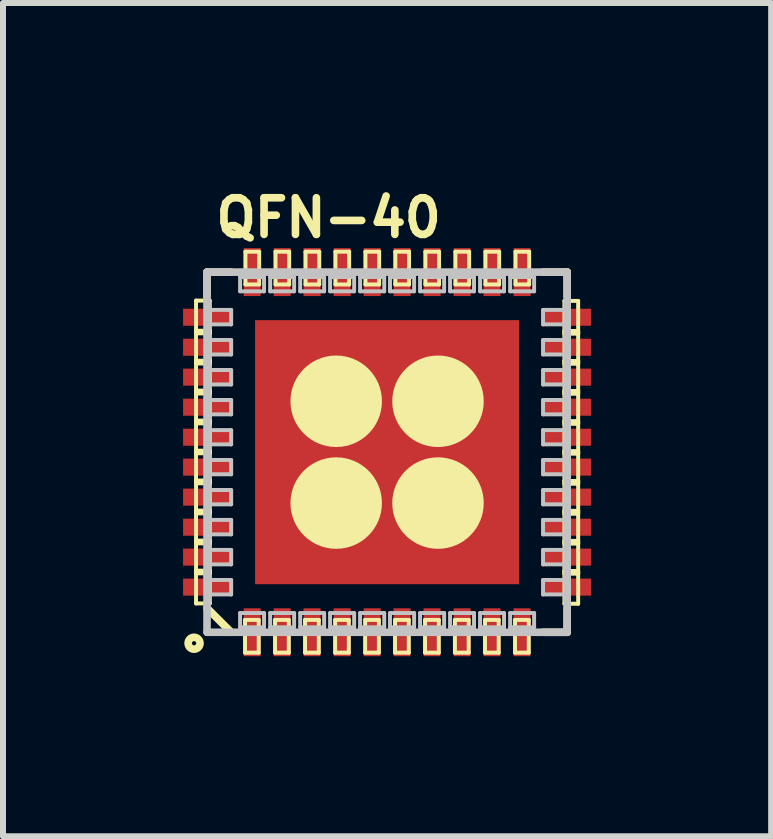
<source format=kicad_pcb>
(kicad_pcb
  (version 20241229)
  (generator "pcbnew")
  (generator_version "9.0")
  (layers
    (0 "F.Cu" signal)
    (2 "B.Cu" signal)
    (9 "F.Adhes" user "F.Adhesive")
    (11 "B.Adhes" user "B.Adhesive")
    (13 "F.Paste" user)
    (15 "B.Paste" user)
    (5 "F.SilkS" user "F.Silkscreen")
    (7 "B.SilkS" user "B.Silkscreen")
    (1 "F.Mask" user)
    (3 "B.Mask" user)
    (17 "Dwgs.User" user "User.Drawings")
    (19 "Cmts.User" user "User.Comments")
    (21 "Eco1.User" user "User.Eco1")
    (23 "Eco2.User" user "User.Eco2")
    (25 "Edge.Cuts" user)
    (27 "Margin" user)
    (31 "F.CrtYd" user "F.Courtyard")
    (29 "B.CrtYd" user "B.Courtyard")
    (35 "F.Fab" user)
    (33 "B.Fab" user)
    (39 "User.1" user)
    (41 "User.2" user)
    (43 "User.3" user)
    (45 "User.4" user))
  (footprint "QFN-40"
    (layer "F.Cu")
    (at 3.399 4.483)
    (property "Reference" "QFN-40" (at -0.975 -3.904 0) (layer "F.SilkS") (effects (font (size 0.61 0.61) (thickness 0.127))))
    (attr smd)
    (fp_line (start -3.183 -2.525) (end -2.954 -2.525) (stroke (width 0.066) (type solid)) (layer "F.SilkS"))
    (fp_line (start -3.183 -2.024) (end -2.954 -2.024) (stroke (width 0.066) (type solid)) (layer "F.SilkS"))
    (fp_line (start -3.183 -1.979) (end -3.183 -2.525) (stroke (width 0.066) (type solid)) (layer "F.SilkS"))
    (fp_line (start -3.183 -1.979) (end -2.954 -1.979) (stroke (width 0.066) (type solid)) (layer "F.SilkS"))
    (fp_line (start -3.183 -1.524) (end -2.954 -1.524) (stroke (width 0.066) (type solid)) (layer "F.SilkS"))
    (fp_line (start -3.183 -1.478) (end -3.183 -2.024) (stroke (width 0.066) (type solid)) (layer "F.SilkS"))
    (fp_line (start -3.183 -1.478) (end -2.954 -1.478) (stroke (width 0.066) (type solid)) (layer "F.SilkS"))
    (fp_line (start -3.183 -1.026) (end -2.954 -1.026) (stroke (width 0.066) (type solid)) (layer "F.SilkS"))
    (fp_line (start -3.183 -0.978) (end -3.183 -1.524) (stroke (width 0.066) (type solid)) (layer "F.SilkS"))
    (fp_line (start -3.183 -0.978) (end -2.954 -0.978) (stroke (width 0.066) (type solid)) (layer "F.SilkS"))
    (fp_line (start -3.183 -0.526) (end -2.954 -0.526) (stroke (width 0.066) (type solid)) (layer "F.SilkS"))
    (fp_line (start -3.183 -0.48) (end -3.183 -1.026) (stroke (width 0.066) (type solid)) (layer "F.SilkS"))
    (fp_line (start -3.183 -0.48) (end -2.954 -0.48) (stroke (width 0.066) (type solid)) (layer "F.SilkS"))
    (fp_line (start -3.183 -0.025) (end -2.954 -0.025) (stroke (width 0.066) (type solid)) (layer "F.SilkS"))
    (fp_line (start -3.183 0.018) (end -3.183 -0.526) (stroke (width 0.066) (type solid)) (layer "F.SilkS"))
    (fp_line (start -3.183 0.018) (end -2.954 0.018) (stroke (width 0.066) (type solid)) (layer "F.SilkS"))
    (fp_line (start -3.183 0.472) (end -2.954 0.472) (stroke (width 0.066) (type solid)) (layer "F.SilkS"))
    (fp_line (start -3.183 0.518) (end -3.183 -0.025) (stroke (width 0.066) (type solid)) (layer "F.SilkS"))
    (fp_line (start -3.183 0.518) (end -2.954 0.518) (stroke (width 0.066) (type solid)) (layer "F.SilkS"))
    (fp_line (start -3.183 0.973) (end -2.954 0.973) (stroke (width 0.066) (type solid)) (layer "F.SilkS"))
    (fp_line (start -3.183 1.019) (end -3.183 0.472) (stroke (width 0.066) (type solid)) (layer "F.SilkS"))
    (fp_line (start -3.183 1.019) (end -2.954 1.019) (stroke (width 0.066) (type solid)) (layer "F.SilkS"))
    (fp_line (start -3.183 1.473) (end -2.954 1.473) (stroke (width 0.066) (type solid)) (layer "F.SilkS"))
    (fp_line (start -3.183 1.519) (end -3.183 0.973) (stroke (width 0.066) (type solid)) (layer "F.SilkS"))
    (fp_line (start -3.183 1.519) (end -2.954 1.519) (stroke (width 0.066) (type solid)) (layer "F.SilkS"))
    (fp_line (start -3.183 1.974) (end -2.954 1.974) (stroke (width 0.066) (type solid)) (layer "F.SilkS"))
    (fp_line (start -3.183 2.019) (end -3.183 1.473) (stroke (width 0.066) (type solid)) (layer "F.SilkS"))
    (fp_line (start -3.183 2.019) (end -2.954 2.019) (stroke (width 0.066) (type solid)) (layer "F.SilkS"))
    (fp_line (start -3.183 2.52) (end -3.183 1.974) (stroke (width 0.066) (type solid)) (layer "F.SilkS"))
    (fp_line (start -3.183 2.52) (end -2.954 2.52) (stroke (width 0.066) (type solid)) (layer "F.SilkS"))
    (fp_line (start -3 -3) (end -2.598 -3) (stroke (width 0.127) (type solid)) (layer "F.SilkS"))
    (fp_line (start -3 -2.598) (end -3 -3) (stroke (width 0.127) (type solid)) (layer "F.SilkS"))
    (fp_line (start -3 2.598) (end -2.598 3) (stroke (width 0.127) (type solid)) (layer "F.SilkS"))
    (fp_line (start -2.954 -1.979) (end -2.954 -2.525) (stroke (width 0.066) (type solid)) (layer "F.SilkS"))
    (fp_line (start -2.954 -1.478) (end -2.954 -2.024) (stroke (width 0.066) (type solid)) (layer "F.SilkS"))
    (fp_line (start -2.954 -0.978) (end -2.954 -1.524) (stroke (width 0.066) (type solid)) (layer "F.SilkS"))
    (fp_line (start -2.954 -0.48) (end -2.954 -1.026) (stroke (width 0.066) (type solid)) (layer "F.SilkS"))
    (fp_line (start -2.954 0.018) (end -2.954 -0.526) (stroke (width 0.066) (type solid)) (layer "F.SilkS"))
    (fp_line (start -2.954 0.518) (end -2.954 -0.025) (stroke (width 0.066) (type solid)) (layer "F.SilkS"))
    (fp_line (start -2.954 1.019) (end -2.954 0.472) (stroke (width 0.066) (type solid)) (layer "F.SilkS"))
    (fp_line (start -2.954 1.519) (end -2.954 0.973) (stroke (width 0.066) (type solid)) (layer "F.SilkS"))
    (fp_line (start -2.954 2.019) (end -2.954 1.473) (stroke (width 0.066) (type solid)) (layer "F.SilkS"))
    (fp_line (start -2.954 2.52) (end -2.954 1.974) (stroke (width 0.066) (type solid)) (layer "F.SilkS"))
    (fp_line (start -2.367 2.794) (end -2.139 2.794) (stroke (width 0.066) (type solid)) (layer "F.SilkS"))
    (fp_line (start -2.367 3.34) (end -2.367 2.794) (stroke (width 0.066) (type solid)) (layer "F.SilkS"))
    (fp_line (start -2.367 3.34) (end -2.139 3.34) (stroke (width 0.066) (type solid)) (layer "F.SilkS"))
    (fp_line (start -2.36 -3.34) (end -2.131 -3.34) (stroke (width 0.066) (type solid)) (layer "F.SilkS"))
    (fp_line (start -2.36 -2.794) (end -2.36 -3.34) (stroke (width 0.066) (type solid)) (layer "F.SilkS"))
    (fp_line (start -2.36 -2.794) (end -2.131 -2.794) (stroke (width 0.066) (type solid)) (layer "F.SilkS"))
    (fp_line (start -2.139 3.34) (end -2.139 2.794) (stroke (width 0.066) (type solid)) (layer "F.SilkS"))
    (fp_line (start -2.131 -2.794) (end -2.131 -3.34) (stroke (width 0.066) (type solid)) (layer "F.SilkS"))
    (fp_line (start -1.867 2.794) (end -1.638 2.794) (stroke (width 0.066) (type solid)) (layer "F.SilkS"))
    (fp_line (start -1.867 3.34) (end -1.867 2.794) (stroke (width 0.066) (type solid)) (layer "F.SilkS"))
    (fp_line (start -1.867 3.34) (end -1.638 3.34) (stroke (width 0.066) (type solid)) (layer "F.SilkS"))
    (fp_line (start -1.859 -3.34) (end -1.631 -3.34) (stroke (width 0.066) (type solid)) (layer "F.SilkS"))
    (fp_line (start -1.859 -2.794) (end -1.859 -3.34) (stroke (width 0.066) (type solid)) (layer "F.SilkS"))
    (fp_line (start -1.859 -2.794) (end -1.631 -2.794) (stroke (width 0.066) (type solid)) (layer "F.SilkS"))
    (fp_line (start -1.638 3.34) (end -1.638 2.794) (stroke (width 0.066) (type solid)) (layer "F.SilkS"))
    (fp_line (start -1.631 -2.794) (end -1.631 -3.34) (stroke (width 0.066) (type solid)) (layer "F.SilkS"))
    (fp_line (start -1.367 2.794) (end -1.138 2.794) (stroke (width 0.066) (type solid)) (layer "F.SilkS"))
    (fp_line (start -1.367 3.34) (end -1.367 2.794) (stroke (width 0.066) (type solid)) (layer "F.SilkS"))
    (fp_line (start -1.367 3.34) (end -1.138 3.34) (stroke (width 0.066) (type solid)) (layer "F.SilkS"))
    (fp_line (start -1.359 -3.34) (end -1.13 -3.34) (stroke (width 0.066) (type solid)) (layer "F.SilkS"))
    (fp_line (start -1.359 -2.794) (end -1.359 -3.34) (stroke (width 0.066) (type solid)) (layer "F.SilkS"))
    (fp_line (start -1.359 -2.794) (end -1.13 -2.794) (stroke (width 0.066) (type solid)) (layer "F.SilkS"))
    (fp_line (start -1.138 3.34) (end -1.138 2.794) (stroke (width 0.066) (type solid)) (layer "F.SilkS"))
    (fp_line (start -1.13 -2.794) (end -1.13 -3.34) (stroke (width 0.066) (type solid)) (layer "F.SilkS"))
    (fp_line (start -0.866 2.794) (end -0.638 2.794) (stroke (width 0.066) (type solid)) (layer "F.SilkS"))
    (fp_line (start -0.866 3.34) (end -0.866 2.794) (stroke (width 0.066) (type solid)) (layer "F.SilkS"))
    (fp_line (start -0.866 3.34) (end -0.638 3.34) (stroke (width 0.066) (type solid)) (layer "F.SilkS"))
    (fp_line (start -0.861 -3.34) (end -0.632 -3.34) (stroke (width 0.066) (type solid)) (layer "F.SilkS"))
    (fp_line (start -0.861 -2.794) (end -0.861 -3.34) (stroke (width 0.066) (type solid)) (layer "F.SilkS"))
    (fp_line (start -0.861 -2.794) (end -0.632 -2.794) (stroke (width 0.066) (type solid)) (layer "F.SilkS"))
    (fp_line (start -0.638 3.34) (end -0.638 2.794) (stroke (width 0.066) (type solid)) (layer "F.SilkS"))
    (fp_line (start -0.632 -2.794) (end -0.632 -3.34) (stroke (width 0.066) (type solid)) (layer "F.SilkS"))
    (fp_line (start -0.366 2.794) (end -0.137 2.794) (stroke (width 0.066) (type solid)) (layer "F.SilkS"))
    (fp_line (start -0.366 3.34) (end -0.366 2.794) (stroke (width 0.066) (type solid)) (layer "F.SilkS"))
    (fp_line (start -0.366 3.34) (end -0.137 3.34) (stroke (width 0.066) (type solid)) (layer "F.SilkS"))
    (fp_line (start -0.361 -3.34) (end -0.132 -3.34) (stroke (width 0.066) (type solid)) (layer "F.SilkS"))
    (fp_line (start -0.361 -2.794) (end -0.361 -3.34) (stroke (width 0.066) (type solid)) (layer "F.SilkS"))
    (fp_line (start -0.361 -2.794) (end -0.132 -2.794) (stroke (width 0.066) (type solid)) (layer "F.SilkS"))
    (fp_line (start -0.137 3.34) (end -0.137 2.794) (stroke (width 0.066) (type solid)) (layer "F.SilkS"))
    (fp_line (start -0.132 -2.794) (end -0.132 -3.34) (stroke (width 0.066) (type solid)) (layer "F.SilkS"))
    (fp_line (start 0.132 2.794) (end 0.361 2.794) (stroke (width 0.066) (type solid)) (layer "F.SilkS"))
    (fp_line (start 0.132 3.34) (end 0.132 2.794) (stroke (width 0.066) (type solid)) (layer "F.SilkS"))
    (fp_line (start 0.132 3.34) (end 0.361 3.34) (stroke (width 0.066) (type solid)) (layer "F.SilkS"))
    (fp_line (start 0.137 -3.34) (end 0.366 -3.34) (stroke (width 0.066) (type solid)) (layer "F.SilkS"))
    (fp_line (start 0.137 -2.794) (end 0.137 -3.34) (stroke (width 0.066) (type solid)) (layer "F.SilkS"))
    (fp_line (start 0.137 -2.794) (end 0.366 -2.794) (stroke (width 0.066) (type solid)) (layer "F.SilkS"))
    (fp_line (start 0.361 3.34) (end 0.361 2.794) (stroke (width 0.066) (type solid)) (layer "F.SilkS"))
    (fp_line (start 0.366 -2.794) (end 0.366 -3.34) (stroke (width 0.066) (type solid)) (layer "F.SilkS"))
    (fp_line (start 0.632 2.794) (end 0.861 2.794) (stroke (width 0.066) (type solid)) (layer "F.SilkS"))
    (fp_line (start 0.632 3.34) (end 0.632 2.794) (stroke (width 0.066) (type solid)) (layer "F.SilkS"))
    (fp_line (start 0.632 3.34) (end 0.861 3.34) (stroke (width 0.066) (type solid)) (layer "F.SilkS"))
    (fp_line (start 0.638 -3.34) (end 0.866 -3.34) (stroke (width 0.066) (type solid)) (layer "F.SilkS"))
    (fp_line (start 0.638 -2.794) (end 0.638 -3.34) (stroke (width 0.066) (type solid)) (layer "F.SilkS"))
    (fp_line (start 0.638 -2.794) (end 0.866 -2.794) (stroke (width 0.066) (type solid)) (layer "F.SilkS"))
    (fp_line (start 0.861 3.34) (end 0.861 2.794) (stroke (width 0.066) (type solid)) (layer "F.SilkS"))
    (fp_line (start 0.866 -2.794) (end 0.866 -3.34) (stroke (width 0.066) (type solid)) (layer "F.SilkS"))
    (fp_line (start 1.13 2.794) (end 1.359 2.794) (stroke (width 0.066) (type solid)) (layer "F.SilkS"))
    (fp_line (start 1.13 3.34) (end 1.13 2.794) (stroke (width 0.066) (type solid)) (layer "F.SilkS"))
    (fp_line (start 1.13 3.34) (end 1.359 3.34) (stroke (width 0.066) (type solid)) (layer "F.SilkS"))
    (fp_line (start 1.138 -3.34) (end 1.367 -3.34) (stroke (width 0.066) (type solid)) (layer "F.SilkS"))
    (fp_line (start 1.138 -2.794) (end 1.138 -3.34) (stroke (width 0.066) (type solid)) (layer "F.SilkS"))
    (fp_line (start 1.138 -2.794) (end 1.367 -2.794) (stroke (width 0.066) (type solid)) (layer "F.SilkS"))
    (fp_line (start 1.359 3.34) (end 1.359 2.794) (stroke (width 0.066) (type solid)) (layer "F.SilkS"))
    (fp_line (start 1.367 -2.794) (end 1.367 -3.34) (stroke (width 0.066) (type solid)) (layer "F.SilkS"))
    (fp_line (start 1.631 2.794) (end 1.859 2.794) (stroke (width 0.066) (type solid)) (layer "F.SilkS"))
    (fp_line (start 1.631 3.34) (end 1.631 2.794) (stroke (width 0.066) (type solid)) (layer "F.SilkS"))
    (fp_line (start 1.631 3.34) (end 1.859 3.34) (stroke (width 0.066) (type solid)) (layer "F.SilkS"))
    (fp_line (start 1.638 -3.34) (end 1.867 -3.34) (stroke (width 0.066) (type solid)) (layer "F.SilkS"))
    (fp_line (start 1.638 -2.794) (end 1.638 -3.34) (stroke (width 0.066) (type solid)) (layer "F.SilkS"))
    (fp_line (start 1.638 -2.794) (end 1.867 -2.794) (stroke (width 0.066) (type solid)) (layer "F.SilkS"))
    (fp_line (start 1.859 3.34) (end 1.859 2.794) (stroke (width 0.066) (type solid)) (layer "F.SilkS"))
    (fp_line (start 1.867 -2.794) (end 1.867 -3.34) (stroke (width 0.066) (type solid)) (layer "F.SilkS"))
    (fp_line (start 2.131 2.794) (end 2.36 2.794) (stroke (width 0.066) (type solid)) (layer "F.SilkS"))
    (fp_line (start 2.131 3.34) (end 2.131 2.794) (stroke (width 0.066) (type solid)) (layer "F.SilkS"))
    (fp_line (start 2.131 3.34) (end 2.36 3.34) (stroke (width 0.066) (type solid)) (layer "F.SilkS"))
    (fp_line (start 2.139 -3.34) (end 2.367 -3.34) (stroke (width 0.066) (type solid)) (layer "F.SilkS"))
    (fp_line (start 2.139 -2.794) (end 2.139 -3.34) (stroke (width 0.066) (type solid)) (layer "F.SilkS"))
    (fp_line (start 2.139 -2.794) (end 2.367 -2.794) (stroke (width 0.066) (type solid)) (layer "F.SilkS"))
    (fp_line (start 2.36 3.34) (end 2.36 2.794) (stroke (width 0.066) (type solid)) (layer "F.SilkS"))
    (fp_line (start 2.367 -2.794) (end 2.367 -3.34) (stroke (width 0.066) (type solid)) (layer "F.SilkS"))
    (fp_line (start 2.598 -3) (end 3 -3) (stroke (width 0.127) (type solid)) (layer "F.SilkS"))
    (fp_line (start 2.954 -2.52) (end 3.183 -2.52) (stroke (width 0.066) (type solid)) (layer "F.SilkS"))
    (fp_line (start 2.954 -2.019) (end 3.183 -2.019) (stroke (width 0.066) (type solid)) (layer "F.SilkS"))
    (fp_line (start 2.954 -1.974) (end 2.954 -2.52) (stroke (width 0.066) (type solid)) (layer "F.SilkS"))
    (fp_line (start 2.954 -1.974) (end 3.183 -1.974) (stroke (width 0.066) (type solid)) (layer "F.SilkS"))
    (fp_line (start 2.954 -1.519) (end 3.183 -1.519) (stroke (width 0.066) (type solid)) (layer "F.SilkS"))
    (fp_line (start 2.954 -1.473) (end 2.954 -2.019) (stroke (width 0.066) (type solid)) (layer "F.SilkS"))
    (fp_line (start 2.954 -1.473) (end 3.183 -1.473) (stroke (width 0.066) (type solid)) (layer "F.SilkS"))
    (fp_line (start 2.954 -1.019) (end 3.183 -1.019) (stroke (width 0.066) (type solid)) (layer "F.SilkS"))
    (fp_line (start 2.954 -0.973) (end 2.954 -1.519) (stroke (width 0.066) (type solid)) (layer "F.SilkS"))
    (fp_line (start 2.954 -0.973) (end 3.183 -0.973) (stroke (width 0.066) (type solid)) (layer "F.SilkS"))
    (fp_line (start 2.954 -0.518) (end 3.183 -0.518) (stroke (width 0.066) (type solid)) (layer "F.SilkS"))
    (fp_line (start 2.954 -0.472) (end 2.954 -1.019) (stroke (width 0.066) (type solid)) (layer "F.SilkS"))
    (fp_line (start 2.954 -0.472) (end 3.183 -0.472) (stroke (width 0.066) (type solid)) (layer "F.SilkS"))
    (fp_line (start 2.954 -0.018) (end 3.183 -0.018) (stroke (width 0.066) (type solid)) (layer "F.SilkS"))
    (fp_line (start 2.954 0.025) (end 2.954 -0.518) (stroke (width 0.066) (type solid)) (layer "F.SilkS"))
    (fp_line (start 2.954 0.025) (end 3.183 0.025) (stroke (width 0.066) (type solid)) (layer "F.SilkS"))
    (fp_line (start 2.954 0.48) (end 3.183 0.48) (stroke (width 0.066) (type solid)) (layer "F.SilkS"))
    (fp_line (start 2.954 0.526) (end 2.954 -0.018) (stroke (width 0.066) (type solid)) (layer "F.SilkS"))
    (fp_line (start 2.954 0.526) (end 3.183 0.526) (stroke (width 0.066) (type solid)) (layer "F.SilkS"))
    (fp_line (start 2.954 0.978) (end 3.183 0.978) (stroke (width 0.066) (type solid)) (layer "F.SilkS"))
    (fp_line (start 2.954 1.026) (end 2.954 0.48) (stroke (width 0.066) (type solid)) (layer "F.SilkS"))
    (fp_line (start 2.954 1.026) (end 3.183 1.026) (stroke (width 0.066) (type solid)) (layer "F.SilkS"))
    (fp_line (start 2.954 1.478) (end 3.183 1.478) (stroke (width 0.066) (type solid)) (layer "F.SilkS"))
    (fp_line (start 2.954 1.524) (end 2.954 0.978) (stroke (width 0.066) (type solid)) (layer "F.SilkS"))
    (fp_line (start 2.954 1.524) (end 3.183 1.524) (stroke (width 0.066) (type solid)) (layer "F.SilkS"))
    (fp_line (start 2.954 1.979) (end 3.183 1.979) (stroke (width 0.066) (type solid)) (layer "F.SilkS"))
    (fp_line (start 2.954 2.024) (end 2.954 1.478) (stroke (width 0.066) (type solid)) (layer "F.SilkS"))
    (fp_line (start 2.954 2.024) (end 3.183 2.024) (stroke (width 0.066) (type solid)) (layer "F.SilkS"))
    (fp_line (start 2.954 2.525) (end 2.954 1.979) (stroke (width 0.066) (type solid)) (layer "F.SilkS"))
    (fp_line (start 2.954 2.525) (end 3.183 2.525) (stroke (width 0.066) (type solid)) (layer "F.SilkS"))
    (fp_line (start 3 -3) (end 3 -2.598) (stroke (width 0.127) (type solid)) (layer "F.SilkS"))
    (fp_line (start 3 2.598) (end 3 3) (stroke (width 0.127) (type solid)) (layer "F.SilkS"))
    (fp_line (start 3 3) (end 2.598 3) (stroke (width 0.127) (type solid)) (layer "F.SilkS"))
    (fp_line (start 3.183 -1.974) (end 3.183 -2.52) (stroke (width 0.066) (type solid)) (layer "F.SilkS"))
    (fp_line (start 3.183 -1.473) (end 3.183 -2.019) (stroke (width 0.066) (type solid)) (layer "F.SilkS"))
    (fp_line (start 3.183 -0.973) (end 3.183 -1.519) (stroke (width 0.066) (type solid)) (layer "F.SilkS"))
    (fp_line (start 3.183 -0.472) (end 3.183 -1.019) (stroke (width 0.066) (type solid)) (layer "F.SilkS"))
    (fp_line (start 3.183 0.025) (end 3.183 -0.518) (stroke (width 0.066) (type solid)) (layer "F.SilkS"))
    (fp_line (start 3.183 0.526) (end 3.183 -0.018) (stroke (width 0.066) (type solid)) (layer "F.SilkS"))
    (fp_line (start 3.183 1.026) (end 3.183 0.48) (stroke (width 0.066) (type solid)) (layer "F.SilkS"))
    (fp_line (start 3.183 1.524) (end 3.183 0.978) (stroke (width 0.066) (type solid)) (layer "F.SilkS"))
    (fp_line (start 3.183 2.024) (end 3.183 1.478) (stroke (width 0.066) (type solid)) (layer "F.SilkS"))
    (fp_line (start 3.183 2.525) (end 3.183 1.979) (stroke (width 0.066) (type solid)) (layer "F.SilkS"))
    (fp_circle (center -3.216 3.183) (end -3.216 3.084) (stroke (width 0.127) (type solid)) (fill no) (layer "F.SilkS"))
    (fp_circle (center -0.848 -0.848) (end -0.848 -1.61) (stroke (width 0) (type solid)) (fill yes) (layer "F.SilkS"))
    (fp_circle (center -0.848 0.848) (end -0.848 0.086) (stroke (width 0) (type solid)) (fill yes) (layer "F.SilkS"))
    (fp_circle (center 0.848 -0.848) (end 0.848 -1.61) (stroke (width 0) (type solid)) (fill yes) (layer "F.SilkS"))
    (fp_circle (center 0.848 0.848) (end 0.848 0.086) (stroke (width 0) (type solid)) (fill yes) (layer "F.SilkS"))
    (fp_line (start -3 -3) (end -3 3) (stroke (width 0.127) (type solid)) (layer "Dwgs.User"))
    (fp_line (start -3 -2.37) (end -2.598 -2.37) (stroke (width 0.066) (type solid)) (layer "Dwgs.User"))
    (fp_line (start -3 -2.129) (end -3 -2.37) (stroke (width 0.066) (type solid)) (layer "Dwgs.User"))
    (fp_line (start -3 -2.129) (end -2.598 -2.129) (stroke (width 0.066) (type solid)) (layer "Dwgs.User"))
    (fp_line (start -3 -1.869) (end -2.598 -1.869) (stroke (width 0.066) (type solid)) (layer "Dwgs.User"))
    (fp_line (start -3 -1.628) (end -3 -1.869) (stroke (width 0.066) (type solid)) (layer "Dwgs.User"))
    (fp_line (start -3 -1.628) (end -2.598 -1.628) (stroke (width 0.066) (type solid)) (layer "Dwgs.User"))
    (fp_line (start -3 -1.369) (end -2.598 -1.369) (stroke (width 0.066) (type solid)) (layer "Dwgs.User"))
    (fp_line (start -3 -1.128) (end -3 -1.369) (stroke (width 0.066) (type solid)) (layer "Dwgs.User"))
    (fp_line (start -3 -1.128) (end -2.598 -1.128) (stroke (width 0.066) (type solid)) (layer "Dwgs.User"))
    (fp_line (start -3 -0.869) (end -2.598 -0.869) (stroke (width 0.066) (type solid)) (layer "Dwgs.User"))
    (fp_line (start -3 -0.63) (end -3 -0.869) (stroke (width 0.066) (type solid)) (layer "Dwgs.User"))
    (fp_line (start -3 -0.63) (end -2.598 -0.63) (stroke (width 0.066) (type solid)) (layer "Dwgs.User"))
    (fp_line (start -3 -0.368) (end -2.598 -0.368) (stroke (width 0.066) (type solid)) (layer "Dwgs.User"))
    (fp_line (start -3 -0.13) (end -3 -0.368) (stroke (width 0.066) (type solid)) (layer "Dwgs.User"))
    (fp_line (start -3 -0.13) (end -2.598 -0.13) (stroke (width 0.066) (type solid)) (layer "Dwgs.User"))
    (fp_line (start -3 0.13) (end -2.598 0.13) (stroke (width 0.066) (type solid)) (layer "Dwgs.User"))
    (fp_line (start -3 0.368) (end -3 0.13) (stroke (width 0.066) (type solid)) (layer "Dwgs.User"))
    (fp_line (start -3 0.368) (end -2.598 0.368) (stroke (width 0.066) (type solid)) (layer "Dwgs.User"))
    (fp_line (start -3 0.63) (end -2.598 0.63) (stroke (width 0.066) (type solid)) (layer "Dwgs.User"))
    (fp_line (start -3 0.869) (end -3 0.63) (stroke (width 0.066) (type solid)) (layer "Dwgs.User"))
    (fp_line (start -3 0.869) (end -2.598 0.869) (stroke (width 0.066) (type solid)) (layer "Dwgs.User"))
    (fp_line (start -3 1.128) (end -2.598 1.128) (stroke (width 0.066) (type solid)) (layer "Dwgs.User"))
    (fp_line (start -3 1.369) (end -3 1.128) (stroke (width 0.066) (type solid)) (layer "Dwgs.User"))
    (fp_line (start -3 1.369) (end -2.598 1.369) (stroke (width 0.066) (type solid)) (layer "Dwgs.User"))
    (fp_line (start -3 1.628) (end -2.598 1.628) (stroke (width 0.066) (type solid)) (layer "Dwgs.User"))
    (fp_line (start -3 1.869) (end -3 1.628) (stroke (width 0.066) (type solid)) (layer "Dwgs.User"))
    (fp_line (start -3 1.869) (end -2.598 1.869) (stroke (width 0.066) (type solid)) (layer "Dwgs.User"))
    (fp_line (start -3 2.129) (end -2.598 2.129) (stroke (width 0.066) (type solid)) (layer "Dwgs.User"))
    (fp_line (start -3 2.37) (end -3 2.129) (stroke (width 0.066) (type solid)) (layer "Dwgs.User"))
    (fp_line (start -3 2.37) (end -2.598 2.37) (stroke (width 0.066) (type solid)) (layer "Dwgs.User"))
    (fp_line (start -3 3) (end 3 3) (stroke (width 0.127) (type solid)) (layer "Dwgs.User"))
    (fp_line (start -2.598 -2.129) (end -2.598 -2.37) (stroke (width 0.066) (type solid)) (layer "Dwgs.User"))
    (fp_line (start -2.598 -1.628) (end -2.598 -1.869) (stroke (width 0.066) (type solid)) (layer "Dwgs.User"))
    (fp_line (start -2.598 -1.128) (end -2.598 -1.369) (stroke (width 0.066) (type solid)) (layer "Dwgs.User"))
    (fp_line (start -2.598 -0.63) (end -2.598 -0.869) (stroke (width 0.066) (type solid)) (layer "Dwgs.User"))
    (fp_line (start -2.598 -0.13) (end -2.598 -0.368) (stroke (width 0.066) (type solid)) (layer "Dwgs.User"))
    (fp_line (start -2.598 0.368) (end -2.598 0.13) (stroke (width 0.066) (type solid)) (layer "Dwgs.User"))
    (fp_line (start -2.598 0.869) (end -2.598 0.63) (stroke (width 0.066) (type solid)) (layer "Dwgs.User"))
    (fp_line (start -2.598 1.369) (end -2.598 1.128) (stroke (width 0.066) (type solid)) (layer "Dwgs.User"))
    (fp_line (start -2.598 1.869) (end -2.598 1.628) (stroke (width 0.066) (type solid)) (layer "Dwgs.User"))
    (fp_line (start -2.598 2.37) (end -2.598 2.129) (stroke (width 0.066) (type solid)) (layer "Dwgs.User"))
    (fp_line (start -2.449 -2.918) (end -2.05 -2.918) (stroke (width 0.066) (type solid)) (layer "Dwgs.User"))
    (fp_line (start -2.449 -2.68) (end -2.449 -2.918) (stroke (width 0.066) (type solid)) (layer "Dwgs.User"))
    (fp_line (start -2.449 -2.68) (end -2.05 -2.68) (stroke (width 0.066) (type solid)) (layer "Dwgs.User"))
    (fp_line (start -2.449 2.68) (end -2.05 2.68) (stroke (width 0.066) (type solid)) (layer "Dwgs.User"))
    (fp_line (start -2.449 2.918) (end -2.449 2.68) (stroke (width 0.066) (type solid)) (layer "Dwgs.User"))
    (fp_line (start -2.449 2.918) (end -2.05 2.918) (stroke (width 0.066) (type solid)) (layer "Dwgs.User"))
    (fp_line (start -2.05 -2.68) (end -2.05 -2.918) (stroke (width 0.066) (type solid)) (layer "Dwgs.User"))
    (fp_line (start -2.05 2.918) (end -2.05 2.68) (stroke (width 0.066) (type solid)) (layer "Dwgs.User"))
    (fp_line (start -1.948 -2.918) (end -1.549 -2.918) (stroke (width 0.066) (type solid)) (layer "Dwgs.User"))
    (fp_line (start -1.948 -2.68) (end -1.948 -2.918) (stroke (width 0.066) (type solid)) (layer "Dwgs.User"))
    (fp_line (start -1.948 -2.68) (end -1.549 -2.68) (stroke (width 0.066) (type solid)) (layer "Dwgs.User"))
    (fp_line (start -1.948 2.68) (end -1.549 2.68) (stroke (width 0.066) (type solid)) (layer "Dwgs.User"))
    (fp_line (start -1.948 2.918) (end -1.948 2.68) (stroke (width 0.066) (type solid)) (layer "Dwgs.User"))
    (fp_line (start -1.948 2.918) (end -1.549 2.918) (stroke (width 0.066) (type solid)) (layer "Dwgs.User"))
    (fp_line (start -1.549 -2.68) (end -1.549 -2.918) (stroke (width 0.066) (type solid)) (layer "Dwgs.User"))
    (fp_line (start -1.549 2.918) (end -1.549 2.68) (stroke (width 0.066) (type solid)) (layer "Dwgs.User"))
    (fp_line (start -1.448 -2.918) (end -1.049 -2.918) (stroke (width 0.066) (type solid)) (layer "Dwgs.User"))
    (fp_line (start -1.448 -2.68) (end -1.448 -2.918) (stroke (width 0.066) (type solid)) (layer "Dwgs.User"))
    (fp_line (start -1.448 -2.68) (end -1.049 -2.68) (stroke (width 0.066) (type solid)) (layer "Dwgs.User"))
    (fp_line (start -1.448 2.68) (end -1.049 2.68) (stroke (width 0.066) (type solid)) (layer "Dwgs.User"))
    (fp_line (start -1.448 2.918) (end -1.448 2.68) (stroke (width 0.066) (type solid)) (layer "Dwgs.User"))
    (fp_line (start -1.448 2.918) (end -1.049 2.918) (stroke (width 0.066) (type solid)) (layer "Dwgs.User"))
    (fp_line (start -1.049 -2.68) (end -1.049 -2.918) (stroke (width 0.066) (type solid)) (layer "Dwgs.User"))
    (fp_line (start -1.049 2.918) (end -1.049 2.68) (stroke (width 0.066) (type solid)) (layer "Dwgs.User"))
    (fp_line (start -0.95 -2.918) (end -0.549 -2.918) (stroke (width 0.066) (type solid)) (layer "Dwgs.User"))
    (fp_line (start -0.95 -2.68) (end -0.95 -2.918) (stroke (width 0.066) (type solid)) (layer "Dwgs.User"))
    (fp_line (start -0.95 -2.68) (end -0.549 -2.68) (stroke (width 0.066) (type solid)) (layer "Dwgs.User"))
    (fp_line (start -0.95 2.68) (end -0.549 2.68) (stroke (width 0.066) (type solid)) (layer "Dwgs.User"))
    (fp_line (start -0.95 2.918) (end -0.95 2.68) (stroke (width 0.066) (type solid)) (layer "Dwgs.User"))
    (fp_line (start -0.95 2.918) (end -0.549 2.918) (stroke (width 0.066) (type solid)) (layer "Dwgs.User"))
    (fp_line (start -0.549 -2.68) (end -0.549 -2.918) (stroke (width 0.066) (type solid)) (layer "Dwgs.User"))
    (fp_line (start -0.549 2.918) (end -0.549 2.68) (stroke (width 0.066) (type solid)) (layer "Dwgs.User"))
    (fp_line (start -0.45 -2.918) (end -0.048 -2.918) (stroke (width 0.066) (type solid)) (layer "Dwgs.User"))
    (fp_line (start -0.45 -2.68) (end -0.45 -2.918) (stroke (width 0.066) (type solid)) (layer "Dwgs.User"))
    (fp_line (start -0.45 -2.68) (end -0.048 -2.68) (stroke (width 0.066) (type solid)) (layer "Dwgs.User"))
    (fp_line (start -0.45 2.68) (end -0.048 2.68) (stroke (width 0.066) (type solid)) (layer "Dwgs.User"))
    (fp_line (start -0.45 2.918) (end -0.45 2.68) (stroke (width 0.066) (type solid)) (layer "Dwgs.User"))
    (fp_line (start -0.45 2.918) (end -0.048 2.918) (stroke (width 0.066) (type solid)) (layer "Dwgs.User"))
    (fp_line (start -0.048 -2.68) (end -0.048 -2.918) (stroke (width 0.066) (type solid)) (layer "Dwgs.User"))
    (fp_line (start -0.048 2.918) (end -0.048 2.68) (stroke (width 0.066) (type solid)) (layer "Dwgs.User"))
    (fp_line (start 0.048 -2.918) (end 0.45 -2.918) (stroke (width 0.066) (type solid)) (layer "Dwgs.User"))
    (fp_line (start 0.048 -2.68) (end 0.048 -2.918) (stroke (width 0.066) (type solid)) (layer "Dwgs.User"))
    (fp_line (start 0.048 -2.68) (end 0.45 -2.68) (stroke (width 0.066) (type solid)) (layer "Dwgs.User"))
    (fp_line (start 0.048 2.68) (end 0.45 2.68) (stroke (width 0.066) (type solid)) (layer "Dwgs.User"))
    (fp_line (start 0.048 2.918) (end 0.048 2.68) (stroke (width 0.066) (type solid)) (layer "Dwgs.User"))
    (fp_line (start 0.048 2.918) (end 0.45 2.918) (stroke (width 0.066) (type solid)) (layer "Dwgs.User"))
    (fp_line (start 0.45 -2.68) (end 0.45 -2.918) (stroke (width 0.066) (type solid)) (layer "Dwgs.User"))
    (fp_line (start 0.45 2.918) (end 0.45 2.68) (stroke (width 0.066) (type solid)) (layer "Dwgs.User"))
    (fp_line (start 0.549 -2.918) (end 0.95 -2.918) (stroke (width 0.066) (type solid)) (layer "Dwgs.User"))
    (fp_line (start 0.549 -2.68) (end 0.549 -2.918) (stroke (width 0.066) (type solid)) (layer "Dwgs.User"))
    (fp_line (start 0.549 -2.68) (end 0.95 -2.68) (stroke (width 0.066) (type solid)) (layer "Dwgs.User"))
    (fp_line (start 0.549 2.68) (end 0.95 2.68) (stroke (width 0.066) (type solid)) (layer "Dwgs.User"))
    (fp_line (start 0.549 2.918) (end 0.549 2.68) (stroke (width 0.066) (type solid)) (layer "Dwgs.User"))
    (fp_line (start 0.549 2.918) (end 0.95 2.918) (stroke (width 0.066) (type solid)) (layer "Dwgs.User"))
    (fp_line (start 0.95 -2.68) (end 0.95 -2.918) (stroke (width 0.066) (type solid)) (layer "Dwgs.User"))
    (fp_line (start 0.95 2.918) (end 0.95 2.68) (stroke (width 0.066) (type solid)) (layer "Dwgs.User"))
    (fp_line (start 1.049 -2.918) (end 1.448 -2.918) (stroke (width 0.066) (type solid)) (layer "Dwgs.User"))
    (fp_line (start 1.049 -2.68) (end 1.049 -2.918) (stroke (width 0.066) (type solid)) (layer "Dwgs.User"))
    (fp_line (start 1.049 -2.68) (end 1.448 -2.68) (stroke (width 0.066) (type solid)) (layer "Dwgs.User"))
    (fp_line (start 1.049 2.68) (end 1.448 2.68) (stroke (width 0.066) (type solid)) (layer "Dwgs.User"))
    (fp_line (start 1.049 2.918) (end 1.049 2.68) (stroke (width 0.066) (type solid)) (layer "Dwgs.User"))
    (fp_line (start 1.049 2.918) (end 1.448 2.918) (stroke (width 0.066) (type solid)) (layer "Dwgs.User"))
    (fp_line (start 1.448 -2.68) (end 1.448 -2.918) (stroke (width 0.066) (type solid)) (layer "Dwgs.User"))
    (fp_line (start 1.448 2.918) (end 1.448 2.68) (stroke (width 0.066) (type solid)) (layer "Dwgs.User"))
    (fp_line (start 1.549 -2.918) (end 1.948 -2.918) (stroke (width 0.066) (type solid)) (layer "Dwgs.User"))
    (fp_line (start 1.549 -2.68) (end 1.549 -2.918) (stroke (width 0.066) (type solid)) (layer "Dwgs.User"))
    (fp_line (start 1.549 -2.68) (end 1.948 -2.68) (stroke (width 0.066) (type solid)) (layer "Dwgs.User"))
    (fp_line (start 1.549 2.68) (end 1.948 2.68) (stroke (width 0.066) (type solid)) (layer "Dwgs.User"))
    (fp_line (start 1.549 2.918) (end 1.549 2.68) (stroke (width 0.066) (type solid)) (layer "Dwgs.User"))
    (fp_line (start 1.549 2.918) (end 1.948 2.918) (stroke (width 0.066) (type solid)) (layer "Dwgs.User"))
    (fp_line (start 1.948 -2.68) (end 1.948 -2.918) (stroke (width 0.066) (type solid)) (layer "Dwgs.User"))
    (fp_line (start 1.948 2.918) (end 1.948 2.68) (stroke (width 0.066) (type solid)) (layer "Dwgs.User"))
    (fp_line (start 2.05 -2.918) (end 2.449 -2.918) (stroke (width 0.066) (type solid)) (layer "Dwgs.User"))
    (fp_line (start 2.05 -2.68) (end 2.05 -2.918) (stroke (width 0.066) (type solid)) (layer "Dwgs.User"))
    (fp_line (start 2.05 -2.68) (end 2.449 -2.68) (stroke (width 0.066) (type solid)) (layer "Dwgs.User"))
    (fp_line (start 2.05 2.68) (end 2.449 2.68) (stroke (width 0.066) (type solid)) (layer "Dwgs.User"))
    (fp_line (start 2.05 2.918) (end 2.05 2.68) (stroke (width 0.066) (type solid)) (layer "Dwgs.User"))
    (fp_line (start 2.05 2.918) (end 2.449 2.918) (stroke (width 0.066) (type solid)) (layer "Dwgs.User"))
    (fp_line (start 2.449 -2.68) (end 2.449 -2.918) (stroke (width 0.066) (type solid)) (layer "Dwgs.User"))
    (fp_line (start 2.449 2.918) (end 2.449 2.68) (stroke (width 0.066) (type solid)) (layer "Dwgs.User"))
    (fp_line (start 2.598 -2.37) (end 3 -2.37) (stroke (width 0.066) (type solid)) (layer "Dwgs.User"))
    (fp_line (start 2.598 -2.129) (end 2.598 -2.37) (stroke (width 0.066) (type solid)) (layer "Dwgs.User"))
    (fp_line (start 2.598 -2.129) (end 3 -2.129) (stroke (width 0.066) (type solid)) (layer "Dwgs.User"))
    (fp_line (start 2.598 -1.869) (end 3 -1.869) (stroke (width 0.066) (type solid)) (layer "Dwgs.User"))
    (fp_line (start 2.598 -1.628) (end 2.598 -1.869) (stroke (width 0.066) (type solid)) (layer "Dwgs.User"))
    (fp_line (start 2.598 -1.628) (end 3 -1.628) (stroke (width 0.066) (type solid)) (layer "Dwgs.User"))
    (fp_line (start 2.598 -1.369) (end 3 -1.369) (stroke (width 0.066) (type solid)) (layer "Dwgs.User"))
    (fp_line (start 2.598 -1.128) (end 2.598 -1.369) (stroke (width 0.066) (type solid)) (layer "Dwgs.User"))
    (fp_line (start 2.598 -1.128) (end 3 -1.128) (stroke (width 0.066) (type solid)) (layer "Dwgs.User"))
    (fp_line (start 2.598 -0.869) (end 3 -0.869) (stroke (width 0.066) (type solid)) (layer "Dwgs.User"))
    (fp_line (start 2.598 -0.63) (end 2.598 -0.869) (stroke (width 0.066) (type solid)) (layer "Dwgs.User"))
    (fp_line (start 2.598 -0.63) (end 3 -0.63) (stroke (width 0.066) (type solid)) (layer "Dwgs.User"))
    (fp_line (start 2.598 -0.368) (end 3 -0.368) (stroke (width 0.066) (type solid)) (layer "Dwgs.User"))
    (fp_line (start 2.598 -0.13) (end 2.598 -0.368) (stroke (width 0.066) (type solid)) (layer "Dwgs.User"))
    (fp_line (start 2.598 -0.13) (end 3 -0.13) (stroke (width 0.066) (type solid)) (layer "Dwgs.User"))
    (fp_line (start 2.598 0.13) (end 3 0.13) (stroke (width 0.066) (type solid)) (layer "Dwgs.User"))
    (fp_line (start 2.598 0.368) (end 2.598 0.13) (stroke (width 0.066) (type solid)) (layer "Dwgs.User"))
    (fp_line (start 2.598 0.368) (end 3 0.368) (stroke (width 0.066) (type solid)) (layer "Dwgs.User"))
    (fp_line (start 2.598 0.63) (end 3 0.63) (stroke (width 0.066) (type solid)) (layer "Dwgs.User"))
    (fp_line (start 2.598 0.869) (end 2.598 0.63) (stroke (width 0.066) (type solid)) (layer "Dwgs.User"))
    (fp_line (start 2.598 0.869) (end 3 0.869) (stroke (width 0.066) (type solid)) (layer "Dwgs.User"))
    (fp_line (start 2.598 1.128) (end 3 1.128) (stroke (width 0.066) (type solid)) (layer "Dwgs.User"))
    (fp_line (start 2.598 1.369) (end 2.598 1.128) (stroke (width 0.066) (type solid)) (layer "Dwgs.User"))
    (fp_line (start 2.598 1.369) (end 3 1.369) (stroke (width 0.066) (type solid)) (layer "Dwgs.User"))
    (fp_line (start 2.598 1.628) (end 3 1.628) (stroke (width 0.066) (type solid)) (layer "Dwgs.User"))
    (fp_line (start 2.598 1.869) (end 2.598 1.628) (stroke (width 0.066) (type solid)) (layer "Dwgs.User"))
    (fp_line (start 2.598 1.869) (end 3 1.869) (stroke (width 0.066) (type solid)) (layer "Dwgs.User"))
    (fp_line (start 2.598 2.129) (end 3 2.129) (stroke (width 0.066) (type solid)) (layer "Dwgs.User"))
    (fp_line (start 2.598 2.37) (end 2.598 2.129) (stroke (width 0.066) (type solid)) (layer "Dwgs.User"))
    (fp_line (start 2.598 2.37) (end 3 2.37) (stroke (width 0.066) (type solid)) (layer "Dwgs.User"))
    (fp_line (start 3 -3) (end -3 -3) (stroke (width 0.127) (type solid)) (layer "Dwgs.User"))
    (fp_line (start 3 -2.129) (end 3 -2.37) (stroke (width 0.066) (type solid)) (layer "Dwgs.User"))
    (fp_line (start 3 -1.628) (end 3 -1.869) (stroke (width 0.066) (type solid)) (layer "Dwgs.User"))
    (fp_line (start 3 -1.128) (end 3 -1.369) (stroke (width 0.066) (type solid)) (layer "Dwgs.User"))
    (fp_line (start 3 -0.63) (end 3 -0.869) (stroke (width 0.066) (type solid)) (layer "Dwgs.User"))
    (fp_line (start 3 -0.13) (end 3 -0.368) (stroke (width 0.066) (type solid)) (layer "Dwgs.User"))
    (fp_line (start 3 0.368) (end 3 0.13) (stroke (width 0.066) (type solid)) (layer "Dwgs.User"))
    (fp_line (start 3 0.869) (end 3 0.63) (stroke (width 0.066) (type solid)) (layer "Dwgs.User"))
    (fp_line (start 3 1.369) (end 3 1.128) (stroke (width 0.066) (type solid)) (layer "Dwgs.User"))
    (fp_line (start 3 1.869) (end 3 1.628) (stroke (width 0.066) (type solid)) (layer "Dwgs.User"))
    (fp_line (start 3 2.37) (end 3 2.129) (stroke (width 0.066) (type solid)) (layer "Dwgs.User"))
    (fp_line (start 3 3) (end 3 -3) (stroke (width 0.127) (type solid)) (layer "Dwgs.User"))
    (pad "1" smd rect (at -2.248 3 90) (size 0.798 0.284) (layers "F.Cu" "F.Mask" "F.Paste"))
    (pad "2" smd rect (at -1.748 3 90) (size 0.798 0.284) (layers "F.Cu" "F.Mask" "F.Paste"))
    (pad "3" smd rect (at -1.25 3 90) (size 0.798 0.284) (layers "F.Cu" "F.Mask" "F.Paste"))
    (pad "4" smd rect (at -0.749 3 90) (size 0.798 0.284) (layers "F.Cu" "F.Mask" "F.Paste"))
    (pad "5" smd rect (at -0.249 3 90) (size 0.798 0.284) (layers "F.Cu" "F.Mask" "F.Paste"))
    (pad "6" smd rect (at 0.249 3 90) (size 0.798 0.284) (layers "F.Cu" "F.Mask" "F.Paste"))
    (pad "7" smd rect (at 0.749 3 90) (size 0.798 0.284) (layers "F.Cu" "F.Mask" "F.Paste"))
    (pad "8" smd rect (at 1.25 3 90) (size 0.798 0.284) (layers "F.Cu" "F.Mask" "F.Paste"))
    (pad "9" smd rect (at 1.748 3 90) (size 0.798 0.284) (layers "F.Cu" "F.Mask" "F.Paste"))
    (pad "10" smd rect (at 2.248 3 90) (size 0.798 0.284) (layers "F.Cu" "F.Mask" "F.Paste"))
    (pad "11" smd rect (at 3 2.248 180) (size 0.798 0.284) (layers "F.Cu" "F.Mask" "F.Paste"))
    (pad "12" smd rect (at 3 1.748 180) (size 0.798 0.284) (layers "F.Cu" "F.Mask" "F.Paste"))
    (pad "13" smd rect (at 3 1.25 180) (size 0.798 0.284) (layers "F.Cu" "F.Mask" "F.Paste"))
    (pad "14" smd rect (at 3 0.749 180) (size 0.798 0.284) (layers "F.Cu" "F.Mask" "F.Paste"))
    (pad "15" smd rect (at 3 0.249 180) (size 0.798 0.284) (layers "F.Cu" "F.Mask" "F.Paste"))
    (pad "16" smd rect (at 3 -0.249 180) (size 0.798 0.284) (layers "F.Cu" "F.Mask" "F.Paste"))
    (pad "17" smd rect (at 3 -0.749 180) (size 0.798 0.284) (layers "F.Cu" "F.Mask" "F.Paste"))
    (pad "18" smd rect (at 3 -1.25 180) (size 0.798 0.284) (layers "F.Cu" "F.Mask" "F.Paste"))
    (pad "19" smd rect (at 3 -1.748 180) (size 0.798 0.284) (layers "F.Cu" "F.Mask" "F.Paste"))
    (pad "20" smd rect (at 3 -2.248 180) (size 0.798 0.284) (layers "F.Cu" "F.Mask" "F.Paste"))
    (pad "21" smd rect (at 2.248 -3 270) (size 0.798 0.284) (layers "F.Cu" "F.Mask" "F.Paste"))
    (pad "22" smd rect (at 1.748 -3 270) (size 0.798 0.284) (layers "F.Cu" "F.Mask" "F.Paste"))
    (pad "23" smd rect (at 1.25 -3 270) (size 0.798 0.284) (layers "F.Cu" "F.Mask" "F.Paste"))
    (pad "24" smd rect (at 0.749 -3 270) (size 0.798 0.284) (layers "F.Cu" "F.Mask" "F.Paste"))
    (pad "25" smd rect (at 0.249 -3 270) (size 0.798 0.284) (layers "F.Cu" "F.Mask" "F.Paste"))
    (pad "26" smd rect (at -0.249 -3 270) (size 0.798 0.284) (layers "F.Cu" "F.Mask" "F.Paste"))
    (pad "27" smd rect (at -0.749 -3 270) (size 0.798 0.284) (layers "F.Cu" "F.Mask" "F.Paste"))
    (pad "28" smd rect (at -1.25 -3 270) (size 0.798 0.284) (layers "F.Cu" "F.Mask" "F.Paste"))
    (pad "29" smd rect (at -1.748 -3 270) (size 0.798 0.284) (layers "F.Cu" "F.Mask" "F.Paste"))
    (pad "30" smd rect (at -2.248 -3 270) (size 0.798 0.284) (layers "F.Cu" "F.Mask" "F.Paste"))
    (pad "31" smd rect (at -3 -2.248) (size 0.798 0.284) (layers "F.Cu" "F.Mask" "F.Paste"))
    (pad "32" smd rect (at -3 -1.748) (size 0.798 0.284) (layers "F.Cu" "F.Mask" "F.Paste"))
    (pad "33" smd rect (at -3 -1.25) (size 0.798 0.284) (layers "F.Cu" "F.Mask" "F.Paste"))
    (pad "34" smd rect (at -3 -0.749) (size 0.798 0.284) (layers "F.Cu" "F.Mask" "F.Paste"))
    (pad "35" smd rect (at -3 -0.249) (size 0.798 0.284) (layers "F.Cu" "F.Mask" "F.Paste"))
    (pad "36" smd rect (at -3 0.249) (size 0.798 0.284) (layers "F.Cu" "F.Mask" "F.Paste"))
    (pad "37" smd rect (at -3 0.749) (size 0.798 0.284) (layers "F.Cu" "F.Mask" "F.Paste"))
    (pad "38" smd rect (at -3 1.25) (size 0.798 0.284) (layers "F.Cu" "F.Mask" "F.Paste"))
    (pad "39" smd rect (at -3 1.748) (size 0.798 0.284) (layers "F.Cu" "F.Mask" "F.Paste"))
    (pad "40" smd rect (at -3 2.248) (size 0.798 0.284) (layers "F.Cu" "F.Mask" "F.Paste"))
    (pad "EP" smd rect (at 0 0) (size 4.399 4.399) (layers "F.Cu" "F.Mask" "F.Paste")))
  (gr_rect
    (start -3 -3)
    (end 9.797 10.882)
    (stroke (width 0.1) (type default))
    (fill no)
    (layer "Edge.Cuts")))
</source>
